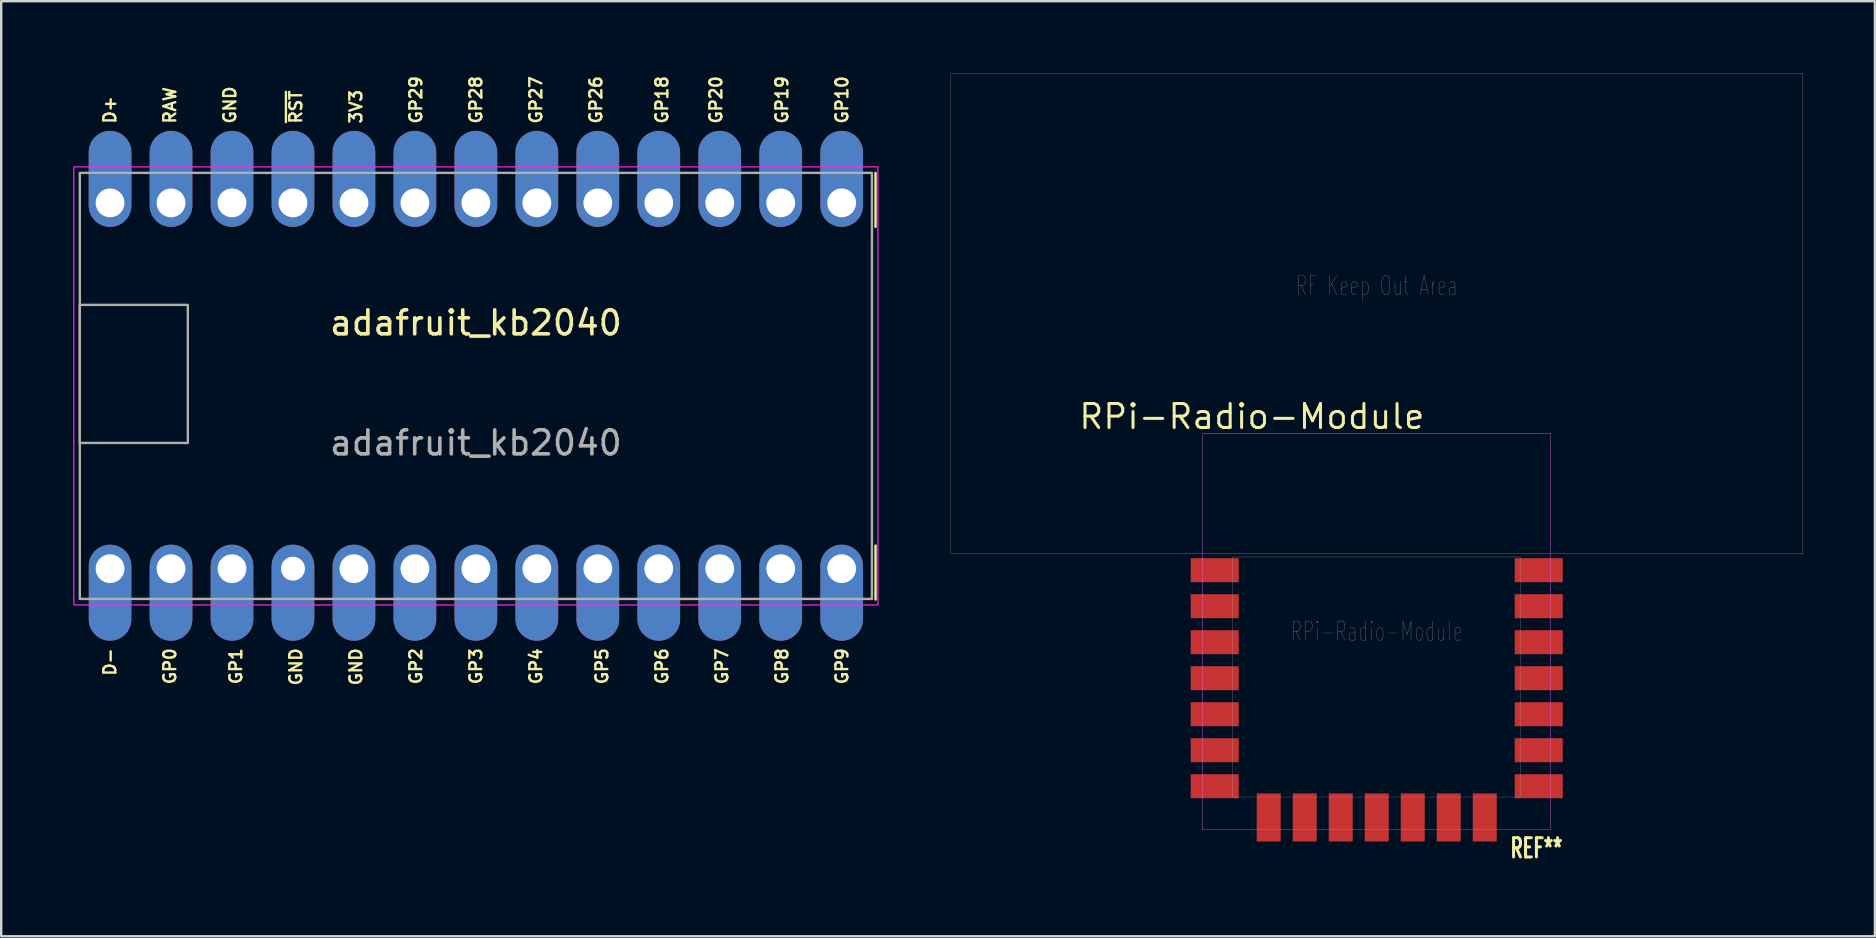
<source format=kicad_pcb>
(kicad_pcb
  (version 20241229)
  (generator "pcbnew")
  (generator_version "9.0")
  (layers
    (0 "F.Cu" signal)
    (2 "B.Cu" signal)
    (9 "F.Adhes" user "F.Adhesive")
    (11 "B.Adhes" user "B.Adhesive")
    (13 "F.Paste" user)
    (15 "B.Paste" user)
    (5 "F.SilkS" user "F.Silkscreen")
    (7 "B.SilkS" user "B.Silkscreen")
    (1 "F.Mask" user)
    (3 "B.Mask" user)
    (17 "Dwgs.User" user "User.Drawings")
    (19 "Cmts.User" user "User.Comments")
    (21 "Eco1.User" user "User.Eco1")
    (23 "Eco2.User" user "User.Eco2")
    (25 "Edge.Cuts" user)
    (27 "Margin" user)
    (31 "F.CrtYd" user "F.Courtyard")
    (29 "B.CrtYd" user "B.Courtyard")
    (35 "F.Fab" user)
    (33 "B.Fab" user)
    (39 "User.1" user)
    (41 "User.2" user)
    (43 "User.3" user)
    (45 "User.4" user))
  (footprint "adafruit_kb2040"
    (layer "F.Cu")
    (at 16.775 12.902)
    (property "Reference" "adafruit_kb2040" (at 0 -2.5 0) (unlocked yes) (layer "F.SilkS") (effects (font (size 1 1) (thickness 0.15))))
    (attr through_hole)
    (fp_line (start 16.65 -8.75) (end 16.65 -6.5) (stroke (width 0.1) (type default)) (layer "F.SilkS"))
    (fp_line (start 16.65 6.775) (end 16.65 9.025) (stroke (width 0.1) (type default)) (layer "F.SilkS"))
    (fp_rect (start -16.75 -9) (end 16.75 9.25) (stroke (width 0.05) (type default)) (fill no) (layer "F.CrtYd"))
    (fp_rect (start -16.5 -8.75) (end 16.5 9) (stroke (width 0.1) (type default)) (fill no) (layer "F.Fab"))
    (fp_rect (start -16.5 -3.25) (end -12 2.5) (stroke (width 0.1) (type default)) (fill no) (layer "F.Fab"))
    (fp_poly (pts (xy -7.874 -7.246) (xy -7.366 -7.246) (xy -7.366 -7.754) (xy -7.874 -7.754)) (stroke (width 0.1) (type default)) (fill no) (layer "F.Fab"))
    (fp_poly (pts (xy -5.334 -7.246) (xy -4.826 -7.246) (xy -4.826 -7.754) (xy -5.334 -7.754)) (stroke (width 0.1) (type default)) (fill no) (layer "F.Fab"))
    (fp_poly (pts (xy -2.794 -7.246) (xy -2.286 -7.246) (xy -2.286 -7.754) (xy -2.794 -7.754)) (stroke (width 0.1) (type default)) (fill no) (layer "F.Fab"))
    (fp_poly (pts (xy -0.254 -7.246) (xy 0.254 -7.246) (xy 0.254 -7.754) (xy -0.254 -7.754)) (stroke (width 0.1) (type default)) (fill no) (layer "F.Fab"))
    (fp_text user "GP5" (at 5.25 11 90) (unlocked yes) (layer "F.SilkS") (effects (font (size 0.5 0.5) (thickness 0.1)) (justify right)))
    (fp_text user "GND" (at -7.5 11 90) (unlocked yes) (layer "F.SilkS") (effects (font (size 0.5 0.5) (thickness 0.1)) (justify right)))
    (fp_text user "GND" (at -10.25 -10.75 90) (unlocked yes) (layer "F.SilkS") (effects (font (size 0.5 0.5) (thickness 0.1)) (justify left)))
    (fp_text user "GP7" (at 10.25 11 90) (unlocked yes) (layer "F.SilkS") (effects (font (size 0.5 0.5) (thickness 0.1)) (justify right)))
    (fp_text user "GP3" (at 0 11 90) (unlocked yes) (layer "F.SilkS") (effects (font (size 0.5 0.5) (thickness 0.1)) (justify right)))
    (fp_text user "GP1" (at -10 11 90) (unlocked yes) (layer "F.SilkS") (effects (font (size 0.5 0.5) (thickness 0.1)) (justify right)))
    (fp_text user "GP6" (at 7.75 11 90) (unlocked yes) (layer "F.SilkS") (effects (font (size 0.5 0.5) (thickness 0.1)) (justify right)))
    (fp_text user "GP0" (at -12.75 11 90) (unlocked yes) (layer "F.SilkS") (effects (font (size 0.5 0.5) (thickness 0.1)) (justify right)))
    (fp_text user "GP10" (at 15.25 -10.75 90) (unlocked yes) (layer "F.SilkS") (effects (font (size 0.5 0.5) (thickness 0.1)) (justify left)))
    (fp_text user "RAW" (at -12.75 -10.75 90) (unlocked yes) (layer "F.SilkS") (effects (font (size 0.5 0.5) (thickness 0.1)) (justify left)))
    (fp_text user "3V3" (at -5 -10.75 90) (unlocked yes) (layer "F.SilkS") (effects (font (size 0.5 0.5) (thickness 0.1)) (justify left)))
    (fp_text user "GND" (at -5 11 90) (unlocked yes) (layer "F.SilkS") (effects (font (size 0.5 0.5) (thickness 0.1)) (justify right)))
    (fp_text user "GP2" (at -2.5 11 90) (unlocked yes) (layer "F.SilkS") (effects (font (size 0.5 0.5) (thickness 0.1)) (justify right)))
    (fp_text user "GP4" (at 2.5 11 90) (unlocked yes) (layer "F.SilkS") (effects (font (size 0.5 0.5) (thickness 0.1)) (justify right)))
    (fp_text user "GP19" (at 12.75 -10.75 90) (unlocked yes) (layer "F.SilkS") (effects (font (size 0.5 0.5) (thickness 0.1)) (justify left)))
    (fp_text user "GP9" (at 15.25 11 90) (unlocked yes) (layer "F.SilkS") (effects (font (size 0.5 0.5) (thickness 0.1)) (justify right)))
    (fp_text user "GP27" (at 2.5 -10.75 90) (unlocked yes) (layer "F.SilkS") (effects (font (size 0.5 0.5) (thickness 0.1)) (justify left)))
    (fp_text user "GP8" (at 12.75 11 90) (unlocked yes) (layer "F.SilkS") (effects (font (size 0.5 0.5) (thickness 0.1)) (justify right)))
    (fp_text user "GP28" (at 0 -10.75 90) (unlocked yes) (layer "F.SilkS") (effects (font (size 0.5 0.5) (thickness 0.1)) (justify left)))
    (fp_text user "GP18" (at 7.75 -10.75 90) (unlocked yes) (layer "F.SilkS") (effects (font (size 0.5 0.5) (thickness 0.1)) (justify left)))
    (fp_text user "GP29" (at -2.5 -10.75 90) (unlocked yes) (layer "F.SilkS") (effects (font (size 0.5 0.5) (thickness 0.1)) (justify left)))
    (fp_text user "~{RST}" (at -7.5 -10.75 90) (unlocked yes) (layer "F.SilkS") (effects (font (size 0.5 0.5) (thickness 0.1)) (justify left)))
    (fp_text user "GP20" (at 10 -10.75 90) (unlocked yes) (layer "F.SilkS") (effects (font (size 0.5 0.5) (thickness 0.1)) (justify left)))
    (fp_text user "GP26" (at 5 -10.75 90) (unlocked yes) (layer "F.SilkS") (effects (font (size 0.5 0.5) (thickness 0.1)) (justify left)))
    (fp_text user "D+" (at -15.25 -10.75 90) (unlocked yes) (layer "F.SilkS") (effects (font (size 0.5 0.5) (thickness 0.1)) (justify left)))
    (fp_text user "D-" (at -15.25 11 90) (unlocked yes) (layer "F.SilkS") (effects (font (size 0.5 0.5) (thickness 0.1)) (justify right)))
    (fp_text user "${REFERENCE}" (at 0 2.5 0) (unlocked yes) (layer "F.Fab") (effects (font (size 1 1) (thickness 0.15))))
    (pad "1" thru_hole oval (at -15.24 7.74 90) (size 4 1.774) (drill 1.2 (offset -1 0)) (layers "*.Cu" "*.Mask"))
    (pad "2" thru_hole oval (at -12.7 7.74 90) (size 4 1.778) (drill 1.2 (offset -1 0)) (layers "*.Cu" "*.Mask"))
    (pad "3" thru_hole oval (at -10.16 7.74 90) (size 4 1.778) (drill 1.2 (offset -1 0)) (layers "*.Cu" "*.Mask"))
    (pad "4" thru_hole oval (at -7.62 7.74 90) (size 4 1.778) (drill 1 (offset -1 0)) (layers "*.Cu" "*.Mask"))
    (pad "5" thru_hole oval (at -5.08 7.74 90) (size 4 1.778) (drill 1.2 (offset -1 0)) (layers "*.Cu" "*.Mask"))
    (pad "6" thru_hole oval (at -2.54 7.74 90) (size 4 1.778) (drill 1.2 (offset -1 0)) (layers "*.Cu" "*.Mask"))
    (pad "7" thru_hole oval (at 0 7.74 90) (size 4 1.778) (drill 1.2 (offset -1 0)) (layers "*.Cu" "*.Mask"))
    (pad "8" thru_hole oval (at 2.54 7.74 90) (size 4 1.778) (drill 1.2 (offset -1 0)) (layers "*.Cu" "*.Mask"))
    (pad "9" thru_hole oval (at 5.08 7.74 90) (size 4 1.778) (drill 1.2 (offset -1 0)) (layers "*.Cu" "*.Mask"))
    (pad "10" thru_hole oval (at 7.62 7.74 90) (size 4 1.778) (drill 1.2 (offset -1 0)) (layers "*.Cu" "*.Mask"))
    (pad "11" thru_hole oval (at 10.16 7.74 90) (size 4 1.778) (drill 1.2 (offset -1 0)) (layers "*.Cu" "*.Mask"))
    (pad "12" thru_hole oval (at 12.7 7.74 90) (size 4 1.778) (drill 1.2 (offset -1 0)) (layers "*.Cu" "*.Mask"))
    (pad "13" thru_hole oval (at 15.24 7.74 90) (size 4 1.778) (drill 1.2 (offset -1 0)) (layers "*.Cu" "*.Mask"))
    (pad "14" thru_hole oval (at 15.24 -7.5 270) (size 4 1.778) (drill 1.2 (offset -1 0)) (layers "*.Cu" "*.Mask"))
    (pad "15" thru_hole oval (at 12.7 -7.5 270) (size 4 1.778) (drill 1.2 (offset -1 0)) (layers "*.Cu" "*.Mask"))
    (pad "16" thru_hole oval (at 10.16 -7.5 270) (size 4 1.778) (drill 1.2 (offset -1 0)) (layers "*.Cu" "*.Mask"))
    (pad "17" thru_hole oval (at 7.62 -7.5 270) (size 4 1.778) (drill 1.2 (offset -1 0)) (layers "*.Cu" "*.Mask"))
    (pad "18" thru_hole oval (at 5.08 -7.5 270) (size 4 1.778) (drill 1.2 (offset -1 0)) (layers "*.Cu" "*.Mask"))
    (pad "19" thru_hole oval (at 2.54 -7.5 270) (size 4 1.778) (drill 1.2 (offset -1 0)) (layers "*.Cu" "*.Mask"))
    (pad "20" thru_hole oval (at 0 -7.5 270) (size 4 1.778) (drill 1.2 (offset -1 0)) (layers "*.Cu" "*.Mask"))
    (pad "21" thru_hole oval (at -2.54 -7.5 270) (size 4 1.778) (drill 1.2 (offset -1 0)) (layers "*.Cu" "*.Mask"))
    (pad "22" thru_hole oval (at -5.08 -7.5 270) (size 4 1.778) (drill 1.2 (offset -1 0)) (layers "*.Cu" "*.Mask"))
    (pad "23" thru_hole oval (at -7.62 -7.5 270) (size 4 1.778) (drill 1.2 (offset -1 0)) (layers "*.Cu" "*.Mask"))
    (pad "24" thru_hole oval (at -10.16 -7.5 270) (size 4 1.778) (drill 1.2 (offset -1 0)) (layers "*.Cu" "*.Mask"))
    (pad "25" thru_hole oval (at -12.7 -7.5 270) (size 4 1.778) (drill 1.2 (offset -1 0)) (layers "*.Cu" "*.Mask"))
    (pad "26" thru_hole oval (at -15.24 -7.5 270) (size 4 1.778) (drill 1.2 (offset -1 0)) (layers "*.Cu" "*.Mask")))
  (footprint "RPi-Radio-Module"
    (layer "F.Cu")
    (at 54.305 23.255)
    (property "Reference" "RPi-Radio-Module" (at -5.2 -8.95 0) (unlocked yes) (layer "F.SilkS") (effects (font (size 1 1) (thickness 0.125) (bold yes))))
    (attr smd)
    (fp_rect (start -7.25 -8.25) (end 7.25 8.25) (stroke (width 0.01) (type default)) (fill no) (layer "F.CrtYd"))
    (fp_rect (start -17.75 -23.25) (end 17.75 -3.25) (stroke (width 0.01) (type default)) (fill no) (layer "F.Fab"))
    (fp_rect (start -7.25 -8.25) (end 7.25 8.25) (stroke (width 0.01) (type default)) (fill no) (layer "F.Fab"))
    (fp_poly (pts (xy -6 -3.1) (xy 6 -3.1) (xy 6 6.9) (xy -6 6.9)) (stroke (width 0.01) (type solid)) (fill no) (layer "F.Fab"))
    (fp_text user "REF**" (at 5.5 9.5 0) (unlocked yes) (layer "F.SilkS") (effects (font (size 0.8 0.5) (thickness 0.125) (bold yes)) (justify left bottom)))
    (fp_text user "RF Keep Out Area" (at 0 -14.4 0) (unlocked yes) (layer "F.Fab") (effects (font (size 0.8 0.5) (thickness 0.01) (bold yes))))
    (fp_text user "${REFERENCE}" (at 0 0 0) (unlocked yes) (layer "F.Fab") (effects (font (size 0.8 0.5) (thickness 0.01) (bold yes))))
    (pad "1" smd rect (at -6.75 -2.55) (size 2 1) (layers "F.Cu" "F.Mask" "F.Paste"))
    (pad "2" smd rect (at -6.75 -1.05) (size 2 1) (layers "F.Cu" "F.Mask" "F.Paste"))
    (pad "3" smd rect (at -6.75 0.45) (size 2 1) (layers "F.Cu" "F.Mask" "F.Paste"))
    (pad "4" smd rect (at -6.75 1.95) (size 2 1) (layers "F.Cu" "F.Mask" "F.Paste"))
    (pad "5" smd rect (at -6.75 3.45) (size 2 1) (layers "F.Cu" "F.Mask" "F.Paste"))
    (pad "6" smd rect (at -6.75 4.95) (size 2 1) (layers "F.Cu" "F.Mask" "F.Paste"))
    (pad "7" smd rect (at -6.75 6.45) (size 2 1) (layers "F.Cu" "F.Mask" "F.Paste"))
    (pad "8" smd rect (at -4.5 7.75 90) (size 2 1) (layers "F.Cu" "F.Mask" "F.Paste"))
    (pad "9" smd rect (at -3 7.75 90) (size 2 1) (layers "F.Cu" "F.Mask" "F.Paste"))
    (pad "10" smd rect (at -1.5 7.75 90) (size 2 1) (layers "F.Cu" "F.Mask" "F.Paste"))
    (pad "11" smd rect (at 0 7.75 90) (size 2 1) (layers "F.Cu" "F.Mask" "F.Paste"))
    (pad "12" smd rect (at 1.5 7.75 90) (size 2 1) (layers "F.Cu" "F.Mask" "F.Paste"))
    (pad "13" smd rect (at 3 7.75 90) (size 2 1) (layers "F.Cu" "F.Mask" "F.Paste"))
    (pad "14" smd rect (at 4.5 7.75 90) (size 2 1) (layers "F.Cu" "F.Mask" "F.Paste"))
    (pad "15" smd rect (at 6.75 6.45 180) (size 2 1) (layers "F.Cu" "F.Mask" "F.Paste"))
    (pad "16" smd rect (at 6.75 4.95 180) (size 2 1) (layers "F.Cu" "F.Mask" "F.Paste"))
    (pad "17" smd rect (at 6.75 3.45 180) (size 2 1) (layers "F.Cu" "F.Mask" "F.Paste"))
    (pad "18" smd rect (at 6.75 1.95 180) (size 2 1) (layers "F.Cu" "F.Mask" "F.Paste"))
    (pad "19" smd rect (at 6.75 0.45 180) (size 2 1) (layers "F.Cu" "F.Mask" "F.Paste"))
    (pad "20" smd rect (at 6.75 -1.05 180) (size 2 1) (layers "F.Cu" "F.Mask" "F.Paste"))
    (pad "21" smd rect (at 6.75 -2.55 180) (size 2 1) (layers "F.Cu" "F.Mask" "F.Paste")))
  (gr_rect
    (start -3 -3)
    (end 75.06 35.955)
    (stroke (width 0.1) (type default))
    (fill no)
    (layer "Edge.Cuts")))
</source>
